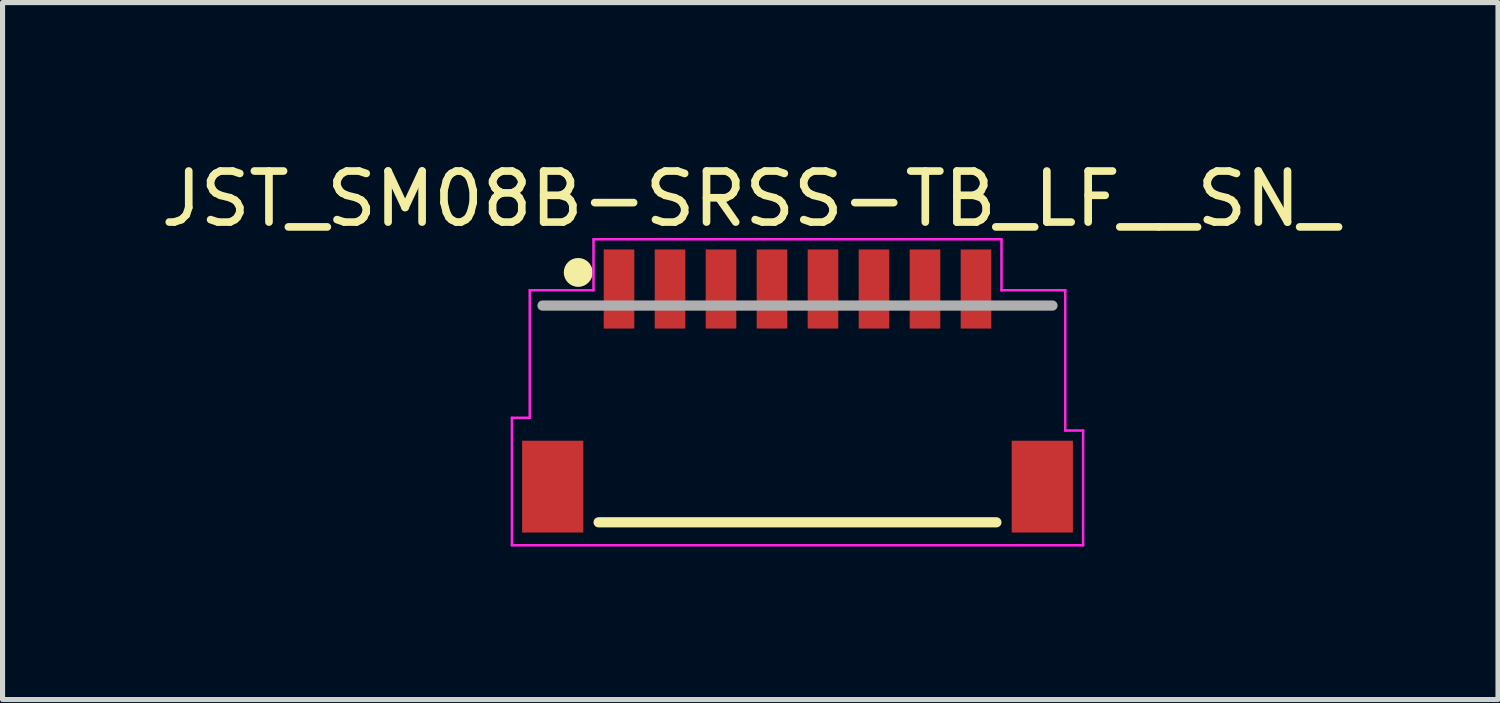
<source format=kicad_pcb>
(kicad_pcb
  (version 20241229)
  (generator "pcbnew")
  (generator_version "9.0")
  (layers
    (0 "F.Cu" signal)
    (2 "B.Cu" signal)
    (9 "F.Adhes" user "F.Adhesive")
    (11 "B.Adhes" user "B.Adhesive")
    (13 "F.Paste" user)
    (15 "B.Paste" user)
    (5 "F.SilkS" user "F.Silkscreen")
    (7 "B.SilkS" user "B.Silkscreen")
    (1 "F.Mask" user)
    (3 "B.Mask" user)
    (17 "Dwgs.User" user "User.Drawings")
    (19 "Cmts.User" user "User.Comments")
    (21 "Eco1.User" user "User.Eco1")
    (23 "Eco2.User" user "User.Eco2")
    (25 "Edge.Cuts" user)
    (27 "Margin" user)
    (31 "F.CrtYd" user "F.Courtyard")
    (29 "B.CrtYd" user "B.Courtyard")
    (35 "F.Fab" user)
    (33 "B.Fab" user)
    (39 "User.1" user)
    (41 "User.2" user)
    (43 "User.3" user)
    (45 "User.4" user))
  (footprint "JST_SM08B-SRSS-TB_LF__SN_"
    (layer "F.Cu")
    (at 12.588 7.392)
    (property "Reference" "JST_SM08B-SRSS-TB_LF__SN_" (at -0.926 -6.543 0) (layer "F.SilkS") (effects (font (size 1.001 1.001) (thickness 0.15))))
    (attr smd)
    (fp_line (start -3.9 -0.2) (end 3.9 -0.2) (stroke (width 0.2) (type solid)) (layer "F.SilkS"))
    (fp_circle (center -4.3 -5.1) (end -4.017 -5.1) (stroke (width 0) (type solid)) (fill yes) (layer "F.SilkS"))
    (fp_line (start -5.6 -2.25) (end -5.25 -2.25) (stroke (width 0.05) (type solid)) (layer "F.CrtYd"))
    (fp_line (start -5.6 0.25) (end -5.6 -2.25) (stroke (width 0.05) (type solid)) (layer "F.CrtYd"))
    (fp_line (start -5.25 -4.75) (end -4 -4.75) (stroke (width 0.05) (type solid)) (layer "F.CrtYd"))
    (fp_line (start -5.25 -2.25) (end -5.25 -4.75) (stroke (width 0.05) (type solid)) (layer "F.CrtYd"))
    (fp_line (start -4 -5.75) (end 4 -5.75) (stroke (width 0.05) (type solid)) (layer "F.CrtYd"))
    (fp_line (start -4 -4.75) (end -4 -5.75) (stroke (width 0.05) (type solid)) (layer "F.CrtYd"))
    (fp_line (start 4 -5.75) (end 4 -4.75) (stroke (width 0.05) (type solid)) (layer "F.CrtYd"))
    (fp_line (start 4 -4.75) (end 5.25 -4.75) (stroke (width 0.05) (type solid)) (layer "F.CrtYd"))
    (fp_line (start 5.25 -4.75) (end 5.25 -2) (stroke (width 0.05) (type solid)) (layer "F.CrtYd"))
    (fp_line (start 5.25 -2) (end 5.6 -2) (stroke (width 0.05) (type solid)) (layer "F.CrtYd"))
    (fp_line (start 5.6 -2) (end 5.6 0.25) (stroke (width 0.05) (type solid)) (layer "F.CrtYd"))
    (fp_line (start 5.6 0.25) (end -5.6 0.25) (stroke (width 0.05) (type solid)) (layer "F.CrtYd"))
    (fp_line (start 5 -4.45) (end -5 -4.45) (stroke (width 0.2) (type solid)) (layer "F.Fab"))
    (pad "1" smd rect (at -3.5 -4.775) (size 0.6 1.55) (layers "F.Cu" "F.Mask" "F.Paste"))
    (pad "2" smd rect (at -2.5 -4.775) (size 0.6 1.55) (layers "F.Cu" "F.Mask" "F.Paste"))
    (pad "3" smd rect (at -1.5 -4.775) (size 0.6 1.55) (layers "F.Cu" "F.Mask" "F.Paste"))
    (pad "4" smd rect (at -0.5 -4.775) (size 0.6 1.55) (layers "F.Cu" "F.Mask" "F.Paste"))
    (pad "5" smd rect (at 0.5 -4.775) (size 0.6 1.55) (layers "F.Cu" "F.Mask" "F.Paste"))
    (pad "6" smd rect (at 1.5 -4.775) (size 0.6 1.55) (layers "F.Cu" "F.Mask" "F.Paste"))
    (pad "7" smd rect (at 2.5 -4.775) (size 0.6 1.55) (layers "F.Cu" "F.Mask" "F.Paste"))
    (pad "8" smd rect (at 3.5 -4.775) (size 0.6 1.55) (layers "F.Cu" "F.Mask" "F.Paste"))
    (pad "P1" smd rect (at -4.8 -0.9) (size 1.2 1.8) (layers "F.Cu" "F.Mask" "F.Paste"))
    (pad "P2" smd rect (at 4.8 -0.9) (size 1.2 1.8) (layers "F.Cu" "F.Mask" "F.Paste")))
  (gr_rect
    (start -3 -3)
    (end 26.324 10.667)
    (stroke (width 0.1) (type default))
    (fill no)
    (layer "Edge.Cuts")))
</source>
